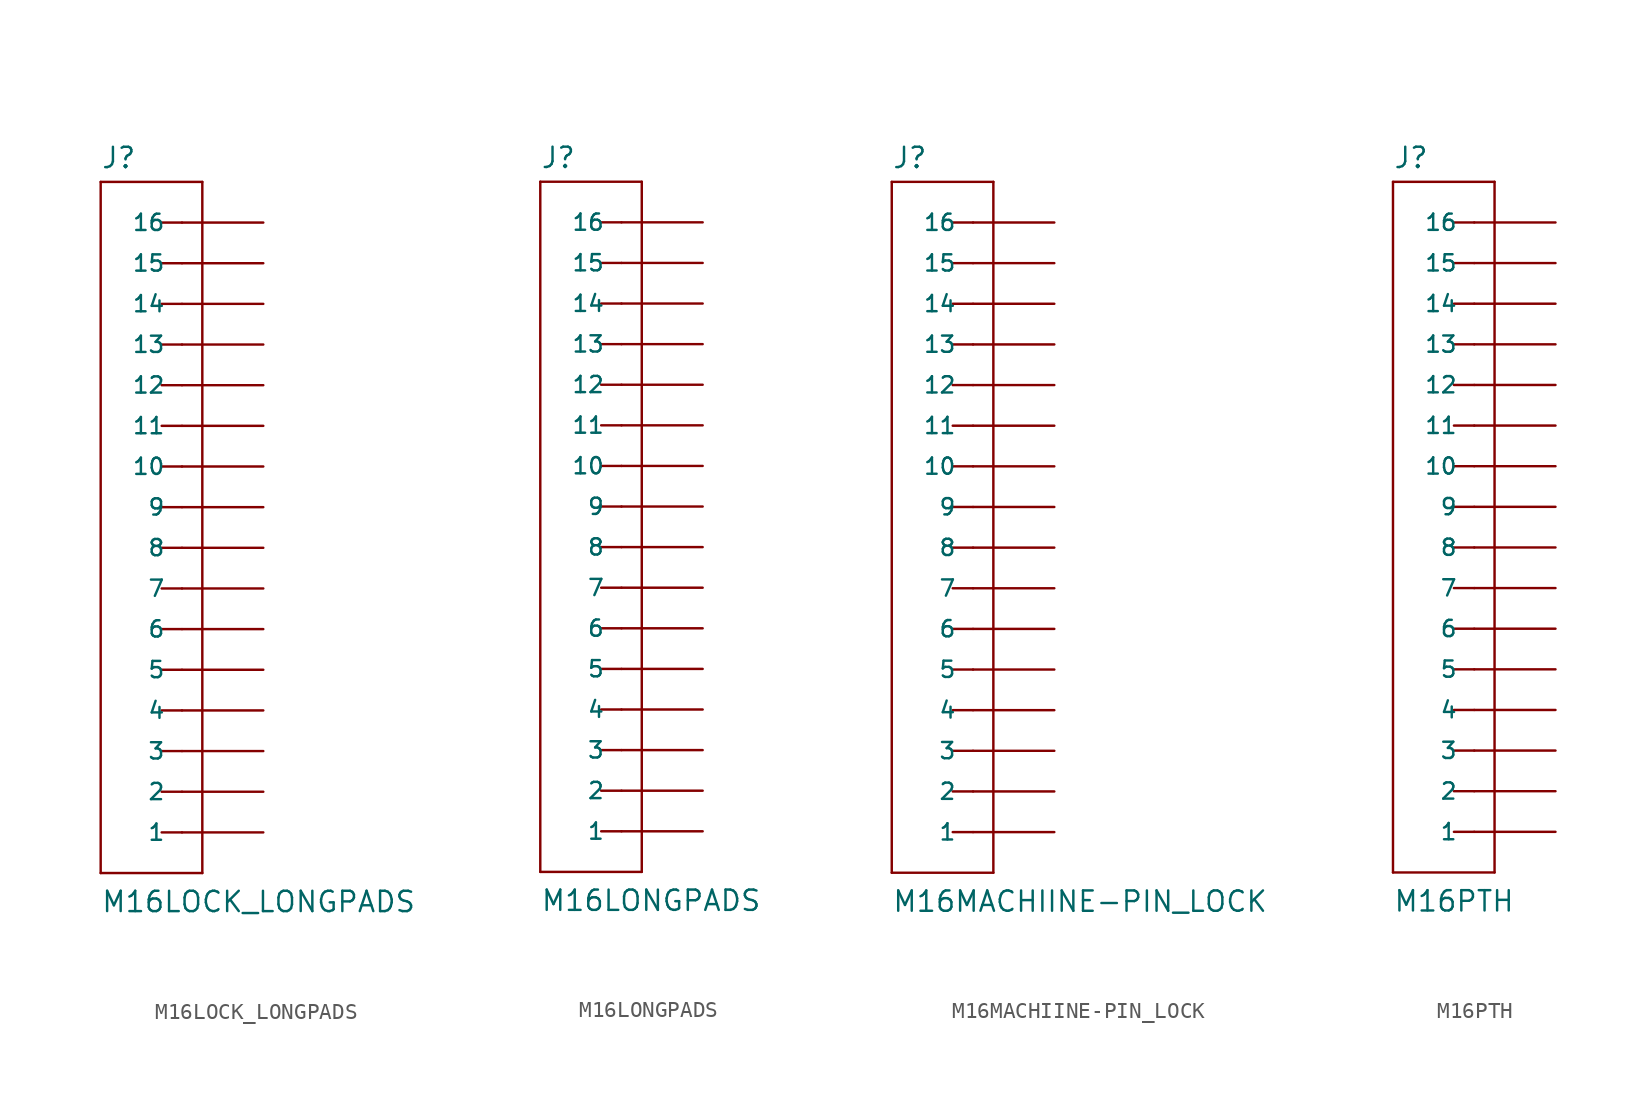
<source format=kicad_sym>
(kicad_symbol_lib
  (version 20211014)
  (generator kicad_symbol_editor)
  (symbol "M16LOCK_LONGPADS"
    (pin_numbers hide)
    (pin_names
      (offset 1.016))
    (property "Reference" "J"
      (at 0 21.082 0)
      (effects (font (size 1.27 1.27)) (justify left bottom)))
    (property "Value" "M16LOCK_LONGPADS"
      (at 0 -25.4 0)
      (effects (font (size 1.27 1.27)) (justify left bottom)))
    (property "Datasheet" ""
      (at 0 0 0)
      (effects (font (size 1.524 1.524))))
    (property "ki_locked" ""
      (at 0 0 0)
      (effects (font (size 1.27 1.27))))
    (symbol "M16LOCK_LONGPADS_1_0"
      (polyline (pts (xy 0 20.32) (xy 0 -22.86)) (stroke (width 0) (type default) (color 0 0 0 0)) (fill (type none)))
      (polyline (pts (xy 0 20.32) (xy 6.35 20.32)) (stroke (width 0) (type default) (color 0 0 0 0)) (fill (type none)))
      (polyline (pts (xy 3.81 -20.32) (xy 5.08 -20.32)) (stroke (width 0) (type default) (color 0 0 0 0)) (fill (type none)))
      (polyline (pts (xy 3.81 -17.78) (xy 5.08 -17.78)) (stroke (width 0) (type default) (color 0 0 0 0)) (fill (type none)))
      (polyline (pts (xy 3.81 -15.24) (xy 5.08 -15.24)) (stroke (width 0) (type default) (color 0 0 0 0)) (fill (type none)))
      (polyline (pts (xy 3.81 -12.7) (xy 5.08 -12.7)) (stroke (width 0) (type default) (color 0 0 0 0)) (fill (type none)))
      (polyline (pts (xy 3.81 -10.16) (xy 5.08 -10.16)) (stroke (width 0) (type default) (color 0 0 0 0)) (fill (type none)))
      (polyline (pts (xy 3.81 -7.62) (xy 5.08 -7.62)) (stroke (width 0) (type default) (color 0 0 0 0)) (fill (type none)))
      (polyline (pts (xy 3.81 -5.08) (xy 5.08 -5.08)) (stroke (width 0) (type default) (color 0 0 0 0)) (fill (type none)))
      (polyline (pts (xy 3.81 -2.54) (xy 5.08 -2.54)) (stroke (width 0) (type default) (color 0 0 0 0)) (fill (type none)))
      (polyline (pts (xy 3.81 0) (xy 5.08 0)) (stroke (width 0) (type default) (color 0 0 0 0)) (fill (type none)))
      (polyline (pts (xy 3.81 2.54) (xy 5.08 2.54)) (stroke (width 0) (type default) (color 0 0 0 0)) (fill (type none)))
      (polyline (pts (xy 3.81 5.08) (xy 5.08 5.08)) (stroke (width 0) (type default) (color 0 0 0 0)) (fill (type none)))
      (polyline (pts (xy 3.81 7.62) (xy 5.08 7.62)) (stroke (width 0) (type default) (color 0 0 0 0)) (fill (type none)))
      (polyline (pts (xy 3.81 10.16) (xy 5.08 10.16)) (stroke (width 0) (type default) (color 0 0 0 0)) (fill (type none)))
      (polyline (pts (xy 3.81 12.7) (xy 5.08 12.7)) (stroke (width 0) (type default) (color 0 0 0 0)) (fill (type none)))
      (polyline (pts (xy 3.81 15.24) (xy 5.08 15.24)) (stroke (width 0) (type default) (color 0 0 0 0)) (fill (type none)))
      (polyline (pts (xy 3.81 17.78) (xy 5.08 17.78)) (stroke (width 0) (type default) (color 0 0 0 0)) (fill (type none)))
      (polyline (pts (xy 6.35 -22.86) (xy 0 -22.86)) (stroke (width 0) (type default) (color 0 0 0 0)) (fill (type none)))
      (polyline (pts (xy 6.35 -22.86) (xy 6.35 20.32)) (stroke (width 0) (type default) (color 0 0 0 0)) (fill (type none))))
    (symbol "M16LOCK_LONGPADS_1_1"
      (pin passive line (at 10.16 -20.32 180) (length 5.08) (name "1" (effects (font (size 1.016 1.016)))) (number "1" (effects (font (size 1.016 1.016)))))
      (pin passive line (at 10.16 2.54 180) (length 5.08) (name "10" (effects (font (size 1.016 1.016)))) (number "10" (effects (font (size 1.016 1.016)))))
      (pin passive line (at 10.16 5.08 180) (length 5.08) (name "11" (effects (font (size 1.016 1.016)))) (number "11" (effects (font (size 1.016 1.016)))))
      (pin passive line (at 10.16 7.62 180) (length 5.08) (name "12" (effects (font (size 1.016 1.016)))) (number "12" (effects (font (size 1.016 1.016)))))
      (pin passive line (at 10.16 10.16 180) (length 5.08) (name "13" (effects (font (size 1.016 1.016)))) (number "13" (effects (font (size 1.016 1.016)))))
      (pin passive line (at 10.16 12.7 180) (length 5.08) (name "14" (effects (font (size 1.016 1.016)))) (number "14" (effects (font (size 1.016 1.016)))))
      (pin passive line (at 10.16 15.24 180) (length 5.08) (name "15" (effects (font (size 1.016 1.016)))) (number "15" (effects (font (size 1.016 1.016)))))
      (pin passive line (at 10.16 17.78 180) (length 5.08) (name "16" (effects (font (size 1.016 1.016)))) (number "16" (effects (font (size 1.016 1.016)))))
      (pin passive line (at 10.16 -17.78 180) (length 5.08) (name "2" (effects (font (size 1.016 1.016)))) (number "2" (effects (font (size 1.016 1.016)))))
      (pin passive line (at 10.16 -15.24 180) (length 5.08) (name "3" (effects (font (size 1.016 1.016)))) (number "3" (effects (font (size 1.016 1.016)))))
      (pin passive line (at 10.16 -12.7 180) (length 5.08) (name "4" (effects (font (size 1.016 1.016)))) (number "4" (effects (font (size 1.016 1.016)))))
      (pin passive line (at 10.16 -10.16 180) (length 5.08) (name "5" (effects (font (size 1.016 1.016)))) (number "5" (effects (font (size 1.016 1.016)))))
      (pin passive line (at 10.16 -7.62 180) (length 5.08) (name "6" (effects (font (size 1.016 1.016)))) (number "6" (effects (font (size 1.016 1.016)))))
      (pin passive line (at 10.16 -5.08 180) (length 5.08) (name "7" (effects (font (size 1.016 1.016)))) (number "7" (effects (font (size 1.016 1.016)))))
      (pin passive line (at 10.16 -2.54 180) (length 5.08) (name "8" (effects (font (size 1.016 1.016)))) (number "8" (effects (font (size 1.016 1.016)))))
      (pin passive line (at 10.16 0 180) (length 5.08) (name "9" (effects (font (size 1.016 1.016)))) (number "9" (effects (font (size 1.016 1.016)))))))
  (symbol "M16LONGPADS"
    (pin_numbers hide)
    (pin_names
      (offset 1.016))
    (property "Reference" "J"
      (at 0 21.082 0)
      (effects (font (size 1.27 1.27)) (justify left bottom)))
    (property "Value" "M16LONGPADS"
      (at 0 -25.4 0)
      (effects (font (size 1.27 1.27)) (justify left bottom)))
    (property "Datasheet" ""
      (at 0 0 0)
      (effects (font (size 1.524 1.524))))
    (property "ki_locked" ""
      (at 0 0 0)
      (effects (font (size 1.27 1.27))))
    (symbol "M16LONGPADS_1_0"
      (polyline (pts (xy 0 20.32) (xy 0 -22.86)) (stroke (width 0) (type default) (color 0 0 0 0)) (fill (type none)))
      (polyline (pts (xy 0 20.32) (xy 6.35 20.32)) (stroke (width 0) (type default) (color 0 0 0 0)) (fill (type none)))
      (polyline (pts (xy 3.81 -20.32) (xy 5.08 -20.32)) (stroke (width 0) (type default) (color 0 0 0 0)) (fill (type none)))
      (polyline (pts (xy 3.81 -17.78) (xy 5.08 -17.78)) (stroke (width 0) (type default) (color 0 0 0 0)) (fill (type none)))
      (polyline (pts (xy 3.81 -15.24) (xy 5.08 -15.24)) (stroke (width 0) (type default) (color 0 0 0 0)) (fill (type none)))
      (polyline (pts (xy 3.81 -12.7) (xy 5.08 -12.7)) (stroke (width 0) (type default) (color 0 0 0 0)) (fill (type none)))
      (polyline (pts (xy 3.81 -10.16) (xy 5.08 -10.16)) (stroke (width 0) (type default) (color 0 0 0 0)) (fill (type none)))
      (polyline (pts (xy 3.81 -7.62) (xy 5.08 -7.62)) (stroke (width 0) (type default) (color 0 0 0 0)) (fill (type none)))
      (polyline (pts (xy 3.81 -5.08) (xy 5.08 -5.08)) (stroke (width 0) (type default) (color 0 0 0 0)) (fill (type none)))
      (polyline (pts (xy 3.81 -2.54) (xy 5.08 -2.54)) (stroke (width 0) (type default) (color 0 0 0 0)) (fill (type none)))
      (polyline (pts (xy 3.81 0) (xy 5.08 0)) (stroke (width 0) (type default) (color 0 0 0 0)) (fill (type none)))
      (polyline (pts (xy 3.81 2.54) (xy 5.08 2.54)) (stroke (width 0) (type default) (color 0 0 0 0)) (fill (type none)))
      (polyline (pts (xy 3.81 5.08) (xy 5.08 5.08)) (stroke (width 0) (type default) (color 0 0 0 0)) (fill (type none)))
      (polyline (pts (xy 3.81 7.62) (xy 5.08 7.62)) (stroke (width 0) (type default) (color 0 0 0 0)) (fill (type none)))
      (polyline (pts (xy 3.81 10.16) (xy 5.08 10.16)) (stroke (width 0) (type default) (color 0 0 0 0)) (fill (type none)))
      (polyline (pts (xy 3.81 12.7) (xy 5.08 12.7)) (stroke (width 0) (type default) (color 0 0 0 0)) (fill (type none)))
      (polyline (pts (xy 3.81 15.24) (xy 5.08 15.24)) (stroke (width 0) (type default) (color 0 0 0 0)) (fill (type none)))
      (polyline (pts (xy 3.81 17.78) (xy 5.08 17.78)) (stroke (width 0) (type default) (color 0 0 0 0)) (fill (type none)))
      (polyline (pts (xy 6.35 -22.86) (xy 0 -22.86)) (stroke (width 0) (type default) (color 0 0 0 0)) (fill (type none)))
      (polyline (pts (xy 6.35 -22.86) (xy 6.35 20.32)) (stroke (width 0) (type default) (color 0 0 0 0)) (fill (type none))))
    (symbol "M16LONGPADS_1_1"
      (pin passive line (at 10.16 -20.32 180) (length 5.08) (name "1" (effects (font (size 1.016 1.016)))) (number "1" (effects (font (size 1.016 1.016)))))
      (pin passive line (at 10.16 2.54 180) (length 5.08) (name "10" (effects (font (size 1.016 1.016)))) (number "10" (effects (font (size 1.016 1.016)))))
      (pin passive line (at 10.16 5.08 180) (length 5.08) (name "11" (effects (font (size 1.016 1.016)))) (number "11" (effects (font (size 1.016 1.016)))))
      (pin passive line (at 10.16 7.62 180) (length 5.08) (name "12" (effects (font (size 1.016 1.016)))) (number "12" (effects (font (size 1.016 1.016)))))
      (pin passive line (at 10.16 10.16 180) (length 5.08) (name "13" (effects (font (size 1.016 1.016)))) (number "13" (effects (font (size 1.016 1.016)))))
      (pin passive line (at 10.16 12.7 180) (length 5.08) (name "14" (effects (font (size 1.016 1.016)))) (number "14" (effects (font (size 1.016 1.016)))))
      (pin passive line (at 10.16 15.24 180) (length 5.08) (name "15" (effects (font (size 1.016 1.016)))) (number "15" (effects (font (size 1.016 1.016)))))
      (pin passive line (at 10.16 17.78 180) (length 5.08) (name "16" (effects (font (size 1.016 1.016)))) (number "16" (effects (font (size 1.016 1.016)))))
      (pin passive line (at 10.16 -17.78 180) (length 5.08) (name "2" (effects (font (size 1.016 1.016)))) (number "2" (effects (font (size 1.016 1.016)))))
      (pin passive line (at 10.16 -15.24 180) (length 5.08) (name "3" (effects (font (size 1.016 1.016)))) (number "3" (effects (font (size 1.016 1.016)))))
      (pin passive line (at 10.16 -12.7 180) (length 5.08) (name "4" (effects (font (size 1.016 1.016)))) (number "4" (effects (font (size 1.016 1.016)))))
      (pin passive line (at 10.16 -10.16 180) (length 5.08) (name "5" (effects (font (size 1.016 1.016)))) (number "5" (effects (font (size 1.016 1.016)))))
      (pin passive line (at 10.16 -7.62 180) (length 5.08) (name "6" (effects (font (size 1.016 1.016)))) (number "6" (effects (font (size 1.016 1.016)))))
      (pin passive line (at 10.16 -5.08 180) (length 5.08) (name "7" (effects (font (size 1.016 1.016)))) (number "7" (effects (font (size 1.016 1.016)))))
      (pin passive line (at 10.16 -2.54 180) (length 5.08) (name "8" (effects (font (size 1.016 1.016)))) (number "8" (effects (font (size 1.016 1.016)))))
      (pin passive line (at 10.16 0 180) (length 5.08) (name "9" (effects (font (size 1.016 1.016)))) (number "9" (effects (font (size 1.016 1.016)))))))
  (symbol "M16MACHIINE-PIN_LOCK"
    (pin_numbers hide)
    (pin_names
      (offset 1.016))
    (property "Reference" "J"
      (at 0 21.082 0)
      (effects (font (size 1.27 1.27)) (justify left bottom)))
    (property "Value" "M16MACHIINE-PIN_LOCK"
      (at 0 -25.4 0)
      (effects (font (size 1.27 1.27)) (justify left bottom)))
    (property "Datasheet" ""
      (at 0 0 0)
      (effects (font (size 1.524 1.524))))
    (property "ki_locked" ""
      (at 0 0 0)
      (effects (font (size 1.27 1.27))))
    (symbol "M16MACHIINE-PIN_LOCK_1_0"
      (polyline (pts (xy 0 20.32) (xy 0 -22.86)) (stroke (width 0) (type default) (color 0 0 0 0)) (fill (type none)))
      (polyline (pts (xy 0 20.32) (xy 6.35 20.32)) (stroke (width 0) (type default) (color 0 0 0 0)) (fill (type none)))
      (polyline (pts (xy 3.81 -20.32) (xy 5.08 -20.32)) (stroke (width 0) (type default) (color 0 0 0 0)) (fill (type none)))
      (polyline (pts (xy 3.81 -17.78) (xy 5.08 -17.78)) (stroke (width 0) (type default) (color 0 0 0 0)) (fill (type none)))
      (polyline (pts (xy 3.81 -15.24) (xy 5.08 -15.24)) (stroke (width 0) (type default) (color 0 0 0 0)) (fill (type none)))
      (polyline (pts (xy 3.81 -12.7) (xy 5.08 -12.7)) (stroke (width 0) (type default) (color 0 0 0 0)) (fill (type none)))
      (polyline (pts (xy 3.81 -10.16) (xy 5.08 -10.16)) (stroke (width 0) (type default) (color 0 0 0 0)) (fill (type none)))
      (polyline (pts (xy 3.81 -7.62) (xy 5.08 -7.62)) (stroke (width 0) (type default) (color 0 0 0 0)) (fill (type none)))
      (polyline (pts (xy 3.81 -5.08) (xy 5.08 -5.08)) (stroke (width 0) (type default) (color 0 0 0 0)) (fill (type none)))
      (polyline (pts (xy 3.81 -2.54) (xy 5.08 -2.54)) (stroke (width 0) (type default) (color 0 0 0 0)) (fill (type none)))
      (polyline (pts (xy 3.81 0) (xy 5.08 0)) (stroke (width 0) (type default) (color 0 0 0 0)) (fill (type none)))
      (polyline (pts (xy 3.81 2.54) (xy 5.08 2.54)) (stroke (width 0) (type default) (color 0 0 0 0)) (fill (type none)))
      (polyline (pts (xy 3.81 5.08) (xy 5.08 5.08)) (stroke (width 0) (type default) (color 0 0 0 0)) (fill (type none)))
      (polyline (pts (xy 3.81 7.62) (xy 5.08 7.62)) (stroke (width 0) (type default) (color 0 0 0 0)) (fill (type none)))
      (polyline (pts (xy 3.81 10.16) (xy 5.08 10.16)) (stroke (width 0) (type default) (color 0 0 0 0)) (fill (type none)))
      (polyline (pts (xy 3.81 12.7) (xy 5.08 12.7)) (stroke (width 0) (type default) (color 0 0 0 0)) (fill (type none)))
      (polyline (pts (xy 3.81 15.24) (xy 5.08 15.24)) (stroke (width 0) (type default) (color 0 0 0 0)) (fill (type none)))
      (polyline (pts (xy 3.81 17.78) (xy 5.08 17.78)) (stroke (width 0) (type default) (color 0 0 0 0)) (fill (type none)))
      (polyline (pts (xy 6.35 -22.86) (xy 0 -22.86)) (stroke (width 0) (type default) (color 0 0 0 0)) (fill (type none)))
      (polyline (pts (xy 6.35 -22.86) (xy 6.35 20.32)) (stroke (width 0) (type default) (color 0 0 0 0)) (fill (type none))))
    (symbol "M16MACHIINE-PIN_LOCK_1_1"
      (pin passive line (at 10.16 -20.32 180) (length 5.08) (name "1" (effects (font (size 1.016 1.016)))) (number "1" (effects (font (size 1.016 1.016)))))
      (pin passive line (at 10.16 2.54 180) (length 5.08) (name "10" (effects (font (size 1.016 1.016)))) (number "10" (effects (font (size 1.016 1.016)))))
      (pin passive line (at 10.16 5.08 180) (length 5.08) (name "11" (effects (font (size 1.016 1.016)))) (number "11" (effects (font (size 1.016 1.016)))))
      (pin passive line (at 10.16 7.62 180) (length 5.08) (name "12" (effects (font (size 1.016 1.016)))) (number "12" (effects (font (size 1.016 1.016)))))
      (pin passive line (at 10.16 10.16 180) (length 5.08) (name "13" (effects (font (size 1.016 1.016)))) (number "13" (effects (font (size 1.016 1.016)))))
      (pin passive line (at 10.16 12.7 180) (length 5.08) (name "14" (effects (font (size 1.016 1.016)))) (number "14" (effects (font (size 1.016 1.016)))))
      (pin passive line (at 10.16 15.24 180) (length 5.08) (name "15" (effects (font (size 1.016 1.016)))) (number "15" (effects (font (size 1.016 1.016)))))
      (pin passive line (at 10.16 17.78 180) (length 5.08) (name "16" (effects (font (size 1.016 1.016)))) (number "16" (effects (font (size 1.016 1.016)))))
      (pin passive line (at 10.16 -17.78 180) (length 5.08) (name "2" (effects (font (size 1.016 1.016)))) (number "2" (effects (font (size 1.016 1.016)))))
      (pin passive line (at 10.16 -15.24 180) (length 5.08) (name "3" (effects (font (size 1.016 1.016)))) (number "3" (effects (font (size 1.016 1.016)))))
      (pin passive line (at 10.16 -12.7 180) (length 5.08) (name "4" (effects (font (size 1.016 1.016)))) (number "4" (effects (font (size 1.016 1.016)))))
      (pin passive line (at 10.16 -10.16 180) (length 5.08) (name "5" (effects (font (size 1.016 1.016)))) (number "5" (effects (font (size 1.016 1.016)))))
      (pin passive line (at 10.16 -7.62 180) (length 5.08) (name "6" (effects (font (size 1.016 1.016)))) (number "6" (effects (font (size 1.016 1.016)))))
      (pin passive line (at 10.16 -5.08 180) (length 5.08) (name "7" (effects (font (size 1.016 1.016)))) (number "7" (effects (font (size 1.016 1.016)))))
      (pin passive line (at 10.16 -2.54 180) (length 5.08) (name "8" (effects (font (size 1.016 1.016)))) (number "8" (effects (font (size 1.016 1.016)))))
      (pin passive line (at 10.16 0 180) (length 5.08) (name "9" (effects (font (size 1.016 1.016)))) (number "9" (effects (font (size 1.016 1.016)))))))
  (symbol "M16PTH"
    (pin_numbers hide)
    (pin_names
      (offset 1.016))
    (property "Reference" "J"
      (at 0 21.082 0)
      (effects (font (size 1.27 1.27)) (justify left bottom)))
    (property "Value" "M16PTH"
      (at 0 -25.4 0)
      (effects (font (size 1.27 1.27)) (justify left bottom)))
    (property "Datasheet" ""
      (at 0 0 0)
      (effects (font (size 1.524 1.524))))
    (property "ki_locked" ""
      (at 0 0 0)
      (effects (font (size 1.27 1.27))))
    (symbol "M16PTH_1_0"
      (polyline (pts (xy 0 20.32) (xy 0 -22.86)) (stroke (width 0) (type default) (color 0 0 0 0)) (fill (type none)))
      (polyline (pts (xy 0 20.32) (xy 6.35 20.32)) (stroke (width 0) (type default) (color 0 0 0 0)) (fill (type none)))
      (polyline (pts (xy 3.81 -20.32) (xy 5.08 -20.32)) (stroke (width 0) (type default) (color 0 0 0 0)) (fill (type none)))
      (polyline (pts (xy 3.81 -17.78) (xy 5.08 -17.78)) (stroke (width 0) (type default) (color 0 0 0 0)) (fill (type none)))
      (polyline (pts (xy 3.81 -15.24) (xy 5.08 -15.24)) (stroke (width 0) (type default) (color 0 0 0 0)) (fill (type none)))
      (polyline (pts (xy 3.81 -12.7) (xy 5.08 -12.7)) (stroke (width 0) (type default) (color 0 0 0 0)) (fill (type none)))
      (polyline (pts (xy 3.81 -10.16) (xy 5.08 -10.16)) (stroke (width 0) (type default) (color 0 0 0 0)) (fill (type none)))
      (polyline (pts (xy 3.81 -7.62) (xy 5.08 -7.62)) (stroke (width 0) (type default) (color 0 0 0 0)) (fill (type none)))
      (polyline (pts (xy 3.81 -5.08) (xy 5.08 -5.08)) (stroke (width 0) (type default) (color 0 0 0 0)) (fill (type none)))
      (polyline (pts (xy 3.81 -2.54) (xy 5.08 -2.54)) (stroke (width 0) (type default) (color 0 0 0 0)) (fill (type none)))
      (polyline (pts (xy 3.81 0) (xy 5.08 0)) (stroke (width 0) (type default) (color 0 0 0 0)) (fill (type none)))
      (polyline (pts (xy 3.81 2.54) (xy 5.08 2.54)) (stroke (width 0) (type default) (color 0 0 0 0)) (fill (type none)))
      (polyline (pts (xy 3.81 5.08) (xy 5.08 5.08)) (stroke (width 0) (type default) (color 0 0 0 0)) (fill (type none)))
      (polyline (pts (xy 3.81 7.62) (xy 5.08 7.62)) (stroke (width 0) (type default) (color 0 0 0 0)) (fill (type none)))
      (polyline (pts (xy 3.81 10.16) (xy 5.08 10.16)) (stroke (width 0) (type default) (color 0 0 0 0)) (fill (type none)))
      (polyline (pts (xy 3.81 12.7) (xy 5.08 12.7)) (stroke (width 0) (type default) (color 0 0 0 0)) (fill (type none)))
      (polyline (pts (xy 3.81 15.24) (xy 5.08 15.24)) (stroke (width 0) (type default) (color 0 0 0 0)) (fill (type none)))
      (polyline (pts (xy 3.81 17.78) (xy 5.08 17.78)) (stroke (width 0) (type default) (color 0 0 0 0)) (fill (type none)))
      (polyline (pts (xy 6.35 -22.86) (xy 0 -22.86)) (stroke (width 0) (type default) (color 0 0 0 0)) (fill (type none)))
      (polyline (pts (xy 6.35 -22.86) (xy 6.35 20.32)) (stroke (width 0) (type default) (color 0 0 0 0)) (fill (type none))))
    (symbol "M16PTH_1_1"
      (pin passive line (at 10.16 -20.32 180) (length 5.08) (name "1" (effects (font (size 1.016 1.016)))) (number "1" (effects (font (size 1.016 1.016)))))
      (pin passive line (at 10.16 2.54 180) (length 5.08) (name "10" (effects (font (size 1.016 1.016)))) (number "10" (effects (font (size 1.016 1.016)))))
      (pin passive line (at 10.16 5.08 180) (length 5.08) (name "11" (effects (font (size 1.016 1.016)))) (number "11" (effects (font (size 1.016 1.016)))))
      (pin passive line (at 10.16 7.62 180) (length 5.08) (name "12" (effects (font (size 1.016 1.016)))) (number "12" (effects (font (size 1.016 1.016)))))
      (pin passive line (at 10.16 10.16 180) (length 5.08) (name "13" (effects (font (size 1.016 1.016)))) (number "13" (effects (font (size 1.016 1.016)))))
      (pin passive line (at 10.16 12.7 180) (length 5.08) (name "14" (effects (font (size 1.016 1.016)))) (number "14" (effects (font (size 1.016 1.016)))))
      (pin passive line (at 10.16 15.24 180) (length 5.08) (name "15" (effects (font (size 1.016 1.016)))) (number "15" (effects (font (size 1.016 1.016)))))
      (pin passive line (at 10.16 17.78 180) (length 5.08) (name "16" (effects (font (size 1.016 1.016)))) (number "16" (effects (font (size 1.016 1.016)))))
      (pin passive line (at 10.16 -17.78 180) (length 5.08) (name "2" (effects (font (size 1.016 1.016)))) (number "2" (effects (font (size 1.016 1.016)))))
      (pin passive line (at 10.16 -15.24 180) (length 5.08) (name "3" (effects (font (size 1.016 1.016)))) (number "3" (effects (font (size 1.016 1.016)))))
      (pin passive line (at 10.16 -12.7 180) (length 5.08) (name "4" (effects (font (size 1.016 1.016)))) (number "4" (effects (font (size 1.016 1.016)))))
      (pin passive line (at 10.16 -10.16 180) (length 5.08) (name "5" (effects (font (size 1.016 1.016)))) (number "5" (effects (font (size 1.016 1.016)))))
      (pin passive line (at 10.16 -7.62 180) (length 5.08) (name "6" (effects (font (size 1.016 1.016)))) (number "6" (effects (font (size 1.016 1.016)))))
      (pin passive line (at 10.16 -5.08 180) (length 5.08) (name "7" (effects (font (size 1.016 1.016)))) (number "7" (effects (font (size 1.016 1.016)))))
      (pin passive line (at 10.16 -2.54 180) (length 5.08) (name "8" (effects (font (size 1.016 1.016)))) (number "8" (effects (font (size 1.016 1.016)))))
      (pin passive line (at 10.16 0 180) (length 5.08) (name "9" (effects (font (size 1.016 1.016)))) (number "9" (effects (font (size 1.016 1.016))))))))
</source>
